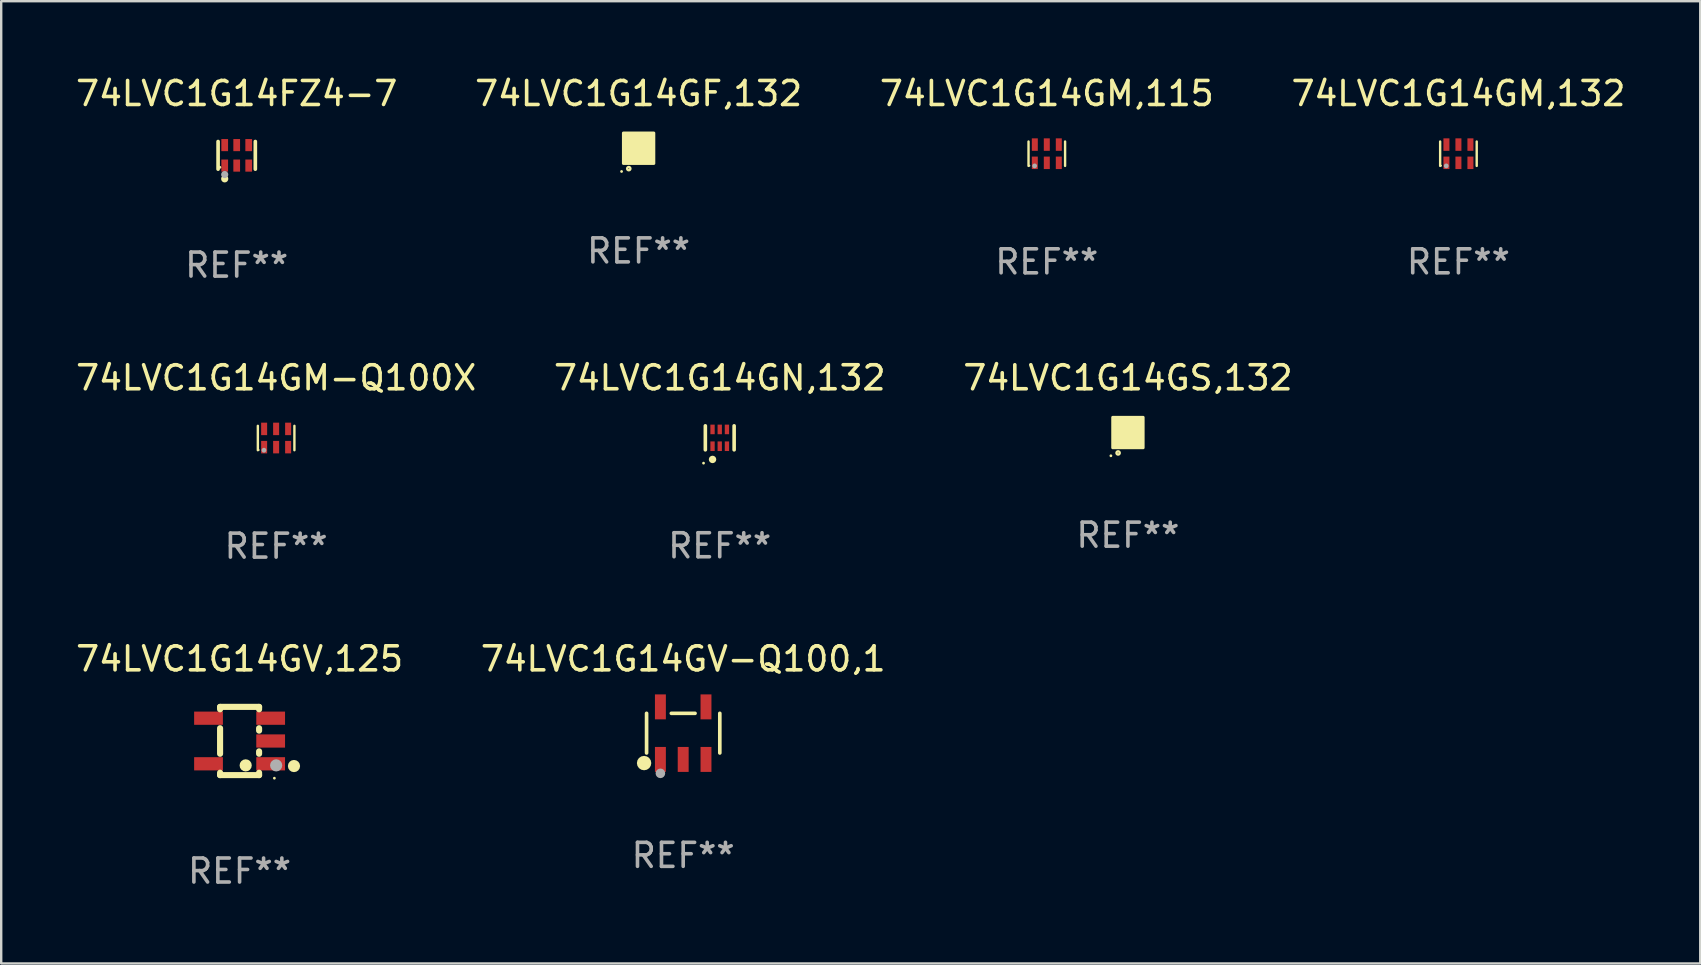
<source format=kicad_pcb>
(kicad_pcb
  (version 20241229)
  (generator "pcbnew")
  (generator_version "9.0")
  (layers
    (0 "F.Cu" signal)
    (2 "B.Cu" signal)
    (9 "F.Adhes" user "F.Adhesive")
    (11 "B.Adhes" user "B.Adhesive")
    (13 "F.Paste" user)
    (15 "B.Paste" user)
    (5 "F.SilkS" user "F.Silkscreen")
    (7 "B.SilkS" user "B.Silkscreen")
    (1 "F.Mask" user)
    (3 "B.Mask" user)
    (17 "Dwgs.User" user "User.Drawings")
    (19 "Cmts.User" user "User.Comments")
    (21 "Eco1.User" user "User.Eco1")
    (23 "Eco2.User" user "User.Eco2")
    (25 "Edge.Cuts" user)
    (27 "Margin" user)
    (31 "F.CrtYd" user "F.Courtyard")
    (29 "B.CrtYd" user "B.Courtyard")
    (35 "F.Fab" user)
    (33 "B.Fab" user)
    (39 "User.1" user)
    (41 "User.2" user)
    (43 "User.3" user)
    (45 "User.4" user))
  (footprint "74LVC1G14GS,132"
    (layer "F.Cu")
    (at 43.958 14.977)
    (property "Reference" "74LVC1G14GS,132" (at 0 -2.28 0) (layer "F.SilkS") (effects (font (size 1 1) (thickness 0.15))))
    (attr through_hole)
    (fp_circle (center -0.71 0.968) (end -0.68 0.968) (stroke (width 0.06) (type solid)) (fill no) (layer "F.SilkS"))
    (fp_circle (center -0.41 0.85) (end -0.342 0.85) (stroke (width 0.1) (type solid)) (fill no) (layer "F.SilkS"))
    (fp_poly (pts (xy -0.635 -0.635) (xy 0.635 -0.635) (xy 0.635 0.635) (xy -0.635 0.635)) (stroke (width 0.12) (type solid)) (fill yes) (layer "F.SilkS"))
    (fp_text user "REF**" (at 0 4.28 0) (layer "F.Fab") (effects (font (size 1 1) (thickness 0.15))))
    (pad "1" smd rect (at -0.35 0.28 90) (size 0.35 0.2) (layers "F.Cu" "F.Mask" "F.Paste"))
    (pad "2" smd rect (at 0 0.28 90) (size 0.35 0.2) (layers "F.Cu" "F.Mask" "F.Paste"))
    (pad "3" smd rect (at 0.35 0.28 90) (size 0.35 0.2) (layers "F.Cu" "F.Mask" "F.Paste"))
    (pad "4" smd rect (at 0.35 -0.28 90) (size 0.35 0.2) (layers "F.Cu" "F.Mask" "F.Paste"))
    (pad "5" smd rect (at 0 -0.28 90) (size 0.35 0.2) (layers "F.Cu" "F.Mask" "F.Paste"))
    (pad "6" smd rect (at -0.35 -0.28 90) (size 0.35 0.2) (layers "F.Cu" "F.Mask" "F.Paste")))
  (footprint "74LVC1G14GM,132"
    (layer "F.Cu")
    (at 57.732 3.356)
    (property "Reference" "74LVC1G14GM,132" (at 0 -2.508 0) (layer "F.SilkS") (effects (font (size 1 1) (thickness 0.15))))
    (attr through_hole)
    (fp_line (start -0.762 -0.508) (end -0.762 0.508) (stroke (width 0.1) (type solid)) (layer "F.SilkS"))
    (fp_line (start 0.762 -0.508) (end 0.762 0.508) (stroke (width 0.1) (type solid)) (layer "F.SilkS"))
    (fp_circle (center -0.725 0.5) (end -0.705 0.5) (stroke (width 0.04) (type solid)) (fill no) (layer "F.SilkS"))
    (fp_circle (center -0.508 0.508) (end -0.458 0.508) (stroke (width 0.1) (type solid)) (fill no) (layer "F.Fab"))
    (fp_text user "REF**" (at 0 4.508 0) (layer "F.Fab") (effects (font (size 1 1) (thickness 0.15))))
    (pad "1" smd rect (at -0.5 0.38) (size 0.25 0.52) (layers "F.Cu" "F.Mask" "F.Paste"))
    (pad "2" smd rect (at -0.000127 0.38) (size 0.25 0.52) (layers "F.Cu" "F.Mask" "F.Paste"))
    (pad "3" smd rect (at 0.5 0.38) (size 0.25 0.52) (layers "F.Cu" "F.Mask" "F.Paste"))
    (pad "4" smd rect (at 0.5 -0.38 180) (size 0.25 0.52) (layers "F.Cu" "F.Mask" "F.Paste"))
    (pad "5" smd rect (at -0.000127 -0.38 180) (size 0.25 0.52) (layers "F.Cu" "F.Mask" "F.Paste"))
    (pad "6" smd rect (at -0.5 -0.38 180) (size 0.25 0.52) (layers "F.Cu" "F.Mask" "F.Paste")))
  (footprint "74LVC1G14GF,132"
    (layer "F.Cu")
    (at 23.565 3.128)
    (property "Reference" "74LVC1G14GF,132" (at 0 -2.28 0) (layer "F.SilkS") (effects (font (size 1 1) (thickness 0.15))))
    (attr through_hole)
    (fp_circle (center -0.71 0.968) (end -0.68 0.968) (stroke (width 0.06) (type solid)) (fill no) (layer "F.SilkS"))
    (fp_circle (center -0.41 0.85) (end -0.342 0.85) (stroke (width 0.1) (type solid)) (fill no) (layer "F.SilkS"))
    (fp_poly (pts (xy -0.635 -0.635) (xy 0.635 -0.635) (xy 0.635 0.635) (xy -0.635 0.635)) (stroke (width 0.12) (type solid)) (fill yes) (layer "F.SilkS"))
    (fp_text user "REF**" (at 0 4.28 0) (layer "F.Fab") (effects (font (size 1 1) (thickness 0.15))))
    (pad "1" smd rect (at -0.35 0.28 90) (size 0.35 0.2) (layers "F.Cu" "F.Mask" "F.Paste"))
    (pad "2" smd rect (at 0 0.28 90) (size 0.35 0.2) (layers "F.Cu" "F.Mask" "F.Paste"))
    (pad "3" smd rect (at 0.35 0.28 90) (size 0.35 0.2) (layers "F.Cu" "F.Mask" "F.Paste"))
    (pad "4" smd rect (at 0.35 -0.28 90) (size 0.35 0.2) (layers "F.Cu" "F.Mask" "F.Paste"))
    (pad "5" smd rect (at 0 -0.28 90) (size 0.35 0.2) (layers "F.Cu" "F.Mask" "F.Paste"))
    (pad "6" smd rect (at -0.35 -0.28 90) (size 0.35 0.2) (layers "F.Cu" "F.Mask" "F.Paste")))
  (footprint "74LVC1G14GV-Q100,1"
    (layer "F.Cu")
    (at 25.423 27.505)
    (property "Reference" "74LVC1G14GV-Q100,1" (at 0 -3.095 0) (layer "F.SilkS") (effects (font (size 1 1) (thickness 0.15))))
    (attr through_hole)
    (fp_line (start -1.526 0.826) (end -1.526 -0.826) (stroke (width 0.152) (type solid)) (layer "F.SilkS"))
    (fp_line (start 0.494 -0.826) (end -0.494 -0.826) (stroke (width 0.152) (type solid)) (layer "F.SilkS"))
    (fp_line (start 1.526 0.826) (end 1.526 -0.826) (stroke (width 0.152) (type solid)) (layer "F.SilkS"))
    (fp_circle (center -1.63 1.247) (end -1.48 1.247) (stroke (width 0.3) (type solid)) (fill no) (layer "F.SilkS"))
    (fp_circle (center -1.45 1.375) (end -1.42 1.375) (stroke (width 0.06) (type solid)) (fill no) (layer "F.SilkS"))
    (fp_circle (center -0.95 1.675) (end -0.85 1.675) (stroke (width 0.2) (type solid)) (fill no) (layer "F.Fab"))
    (fp_text user "REF**" (at 0 5.095 0) (layer "F.Fab") (effects (font (size 1 1) (thickness 0.15))))
    (pad "1" smd rect (at -0.95 1.095) (size 0.455 1.04) (layers "F.Cu" "F.Mask" "F.Paste"))
    (pad "2" smd rect (at 0 1.095) (size 0.455 1.04) (layers "F.Cu" "F.Mask" "F.Paste"))
    (pad "3" smd rect (at 0.95 1.095) (size 0.455 1.04) (layers "F.Cu" "F.Mask" "F.Paste"))
    (pad "4" smd rect (at 0.95 -1.095) (size 0.455 1.04) (layers "F.Cu" "F.Mask" "F.Paste"))
    (pad "5" smd rect (at -0.95 -1.095) (size 0.455 1.04) (layers "F.Cu" "F.Mask" "F.Paste")))
  (footprint "74LVC1G14GN,132"
    (layer "F.Cu")
    (at 26.946 15.197)
    (property "Reference" "74LVC1G14GN,132" (at 0 -2.5 0) (layer "F.SilkS") (effects (font (size 1 1) (thickness 0.15))))
    (attr through_hole)
    (fp_line (start -0.6 -0.5) (end -0.6 0.5) (stroke (width 0.15) (type solid)) (layer "F.SilkS"))
    (fp_line (start 0.6 0.5) (end 0.6 -0.5) (stroke (width 0.15) (type solid)) (layer "F.SilkS"))
    (fp_circle (center -0.675 1.055) (end -0.645 1.055) (stroke (width 0.06) (type solid)) (fill no) (layer "F.SilkS"))
    (fp_circle (center -0.3 0.9) (end -0.22 0.9) (stroke (width 0.15) (type solid)) (fill no) (layer "F.SilkS"))
    (fp_text user "REF**" (at 0 4.5 0) (layer "F.Fab") (effects (font (size 1 1) (thickness 0.15))))
    (pad "1" smd rect (at -0.3 0.35) (size 0.18 0.4) (layers "F.Cu" "F.Mask" "F.Paste"))
    (pad "2" smd rect (at 0.000025 0.35) (size 0.18 0.4) (layers "F.Cu" "F.Mask" "F.Paste"))
    (pad "3" smd rect (at 0.3 0.35) (size 0.18 0.4) (layers "F.Cu" "F.Mask" "F.Paste"))
    (pad "4" smd rect (at 0.3 -0.35) (size 0.18 0.4) (layers "F.Cu" "F.Mask" "F.Paste"))
    (pad "5" smd rect (at 0.000025 -0.35) (size 0.18 0.4) (layers "F.Cu" "F.Mask" "F.Paste"))
    (pad "6" smd rect (at -0.3 -0.35) (size 0.18 0.4) (layers "F.Cu" "F.Mask" "F.Paste")))
  (footprint "74LVC1G14GM,115"
    (layer "F.Cu")
    (at 40.577 3.356)
    (property "Reference" "74LVC1G14GM,115" (at 0 -2.508 0) (layer "F.SilkS") (effects (font (size 1 1) (thickness 0.15))))
    (attr through_hole)
    (fp_line (start -0.762 -0.508) (end -0.762 0.508) (stroke (width 0.1) (type solid)) (layer "F.SilkS"))
    (fp_line (start 0.762 -0.508) (end 0.762 0.508) (stroke (width 0.1) (type solid)) (layer "F.SilkS"))
    (fp_circle (center -0.725 0.5) (end -0.705 0.5) (stroke (width 0.04) (type solid)) (fill no) (layer "F.SilkS"))
    (fp_circle (center -0.508 0.508) (end -0.458 0.508) (stroke (width 0.1) (type solid)) (fill no) (layer "F.Fab"))
    (fp_text user "REF**" (at 0 4.508 0) (layer "F.Fab") (effects (font (size 1 1) (thickness 0.15))))
    (pad "1" smd rect (at -0.5 0.38) (size 0.25 0.52) (layers "F.Cu" "F.Mask" "F.Paste"))
    (pad "2" smd rect (at -0.000127 0.38) (size 0.25 0.52) (layers "F.Cu" "F.Mask" "F.Paste"))
    (pad "3" smd rect (at 0.5 0.38) (size 0.25 0.52) (layers "F.Cu" "F.Mask" "F.Paste"))
    (pad "4" smd rect (at 0.5 -0.38 180) (size 0.25 0.52) (layers "F.Cu" "F.Mask" "F.Paste"))
    (pad "5" smd rect (at -0.000127 -0.38 180) (size 0.25 0.52) (layers "F.Cu" "F.Mask" "F.Paste"))
    (pad "6" smd rect (at -0.5 -0.38 180) (size 0.25 0.52) (layers "F.Cu" "F.Mask" "F.Paste")))
  (footprint "74LVC1G14GV,125"
    (layer "F.Cu")
    (at 6.935 27.832)
    (property "Reference" "74LVC1G14GV,125" (at 0 -3.422 0) (layer "F.SilkS") (effects (font (size 1 1) (thickness 0.15))))
    (attr through_hole)
    (fp_line (start -0.813 -1.422) (end 0.813 -1.422) (stroke (width 0.254) (type solid)) (layer "F.SilkS"))
    (fp_line (start -0.813 -1.321) (end -0.813 -1.422) (stroke (width 0.254) (type solid)) (layer "F.SilkS"))
    (fp_line (start -0.813 0.533) (end -0.813 -0.533) (stroke (width 0.254) (type solid)) (layer "F.SilkS"))
    (fp_line (start -0.813 1.422) (end -0.813 1.321) (stroke (width 0.254) (type solid)) (layer "F.SilkS"))
    (fp_line (start 0.813 -1.422) (end 0.813 -1.321) (stroke (width 0.254) (type solid)) (layer "F.SilkS"))
    (fp_line (start 0.813 -0.533) (end 0.813 -0.432) (stroke (width 0.254) (type solid)) (layer "F.SilkS"))
    (fp_line (start 0.813 0.432) (end 0.813 0.533) (stroke (width 0.254) (type solid)) (layer "F.SilkS"))
    (fp_line (start 0.813 1.321) (end 0.813 1.422) (stroke (width 0.254) (type solid)) (layer "F.SilkS"))
    (fp_line (start 0.813 1.422) (end -0.813 1.422) (stroke (width 0.254) (type solid)) (layer "F.SilkS"))
    (fp_circle (center 0.254 1.016) (end 0.381 1.016) (stroke (width 0.254) (type solid)) (fill no) (layer "F.SilkS"))
    (fp_circle (center 1.45 1.55) (end 1.48 1.55) (stroke (width 0.06) (type solid)) (fill no) (layer "F.SilkS"))
    (fp_circle (center 2.267 1.044) (end 2.394 1.044) (stroke (width 0.254) (type solid)) (fill no) (layer "F.SilkS"))
    (fp_circle (center 1.524 1.016) (end 1.651 1.016) (stroke (width 0.254) (type solid)) (fill no) (layer "F.Fab"))
    (fp_text user "REF**" (at 0 5.422 0) (layer "F.Fab") (effects (font (size 1 1) (thickness 0.15))))
    (pad "1" smd rect (at 1.295 0.95 90) (size 0.551 1.199) (layers "F.Cu" "F.Mask" "F.Paste"))
    (pad "2" smd rect (at 1.295 0 90) (size 0.551 1.199) (layers "F.Cu" "F.Mask" "F.Paste"))
    (pad "3" smd rect (at 1.295 -0.95 90) (size 0.551 1.199) (layers "F.Cu" "F.Mask" "F.Paste"))
    (pad "4" smd rect (at -1.295 -0.95 90) (size 0.551 1.199) (layers "F.Cu" "F.Mask" "F.Paste"))
    (pad "5" smd rect (at -1.295 0.95 90) (size 0.551 1.199) (layers "F.Cu" "F.Mask" "F.Paste")))
  (footprint "74LVC1G14FZ4-7"
    (layer "F.Cu")
    (at 6.815 3.424)
    (property "Reference" "74LVC1G14FZ4-7" (at 0 -2.576 0) (layer "F.SilkS") (effects (font (size 1 1) (thickness 0.15))))
    (attr through_hole)
    (fp_line (start -0.776 0.576) (end -0.776 -0.576) (stroke (width 0.152) (type solid)) (layer "F.SilkS"))
    (fp_line (start 0.776 0.576) (end 0.776 -0.576) (stroke (width 0.152) (type solid)) (layer "F.SilkS"))
    (fp_circle (center -0.7 0.5) (end -0.67 0.5) (stroke (width 0.06) (type solid)) (fill no) (layer "F.SilkS"))
    (fp_circle (center -0.5 0.98) (end -0.425 0.98) (stroke (width 0.15) (type solid)) (fill no) (layer "F.SilkS"))
    (fp_circle (center -0.5 0.8) (end -0.425 0.8) (stroke (width 0.15) (type solid)) (fill no) (layer "F.Fab"))
    (fp_text user "REF**" (at 0 4.576 0) (layer "F.Fab") (effects (font (size 1 1) (thickness 0.15))))
    (pad "1" smd rect (at -0.5 0.427) (size 0.28 0.505) (layers "F.Cu" "F.Mask" "F.Paste"))
    (pad "2" smd rect (at 0 0.427) (size 0.28 0.505) (layers "F.Cu" "F.Mask" "F.Paste"))
    (pad "3" smd rect (at 0.5 0.427) (size 0.28 0.505) (layers "F.Cu" "F.Mask" "F.Paste"))
    (pad "4" smd rect (at 0.5 -0.427) (size 0.28 0.505) (layers "F.Cu" "F.Mask" "F.Paste"))
    (pad "5" smd rect (at 0 -0.427) (size 0.28 0.505) (layers "F.Cu" "F.Mask" "F.Paste"))
    (pad "6" smd rect (at -0.5 -0.427) (size 0.28 0.505) (layers "F.Cu" "F.Mask" "F.Paste")))
  (footprint "74LVC1G14GM-Q100X"
    (layer "F.Cu")
    (at 8.458 15.205)
    (property "Reference" "74LVC1G14GM-Q100X" (at 0 -2.508 0) (layer "F.SilkS") (effects (font (size 1 1) (thickness 0.15))))
    (attr through_hole)
    (fp_line (start -0.762 -0.508) (end -0.762 0.508) (stroke (width 0.1) (type solid)) (layer "F.SilkS"))
    (fp_line (start 0.762 -0.508) (end 0.762 0.508) (stroke (width 0.1) (type solid)) (layer "F.SilkS"))
    (fp_circle (center -0.725 0.5) (end -0.705 0.5) (stroke (width 0.04) (type solid)) (fill no) (layer "F.SilkS"))
    (fp_circle (center -0.508 0.508) (end -0.458 0.508) (stroke (width 0.1) (type solid)) (fill no) (layer "F.Fab"))
    (fp_text user "REF**" (at 0 4.508 0) (layer "F.Fab") (effects (font (size 1 1) (thickness 0.15))))
    (pad "1" smd rect (at -0.5 0.38) (size 0.25 0.52) (layers "F.Cu" "F.Mask" "F.Paste"))
    (pad "2" smd rect (at -0.000127 0.38) (size 0.25 0.52) (layers "F.Cu" "F.Mask" "F.Paste"))
    (pad "3" smd rect (at 0.5 0.38) (size 0.25 0.52) (layers "F.Cu" "F.Mask" "F.Paste"))
    (pad "4" smd rect (at 0.5 -0.38 180) (size 0.25 0.52) (layers "F.Cu" "F.Mask" "F.Paste"))
    (pad "5" smd rect (at -0.000127 -0.38 180) (size 0.25 0.52) (layers "F.Cu" "F.Mask" "F.Paste"))
    (pad "6" smd rect (at -0.5 -0.38 180) (size 0.25 0.52) (layers "F.Cu" "F.Mask" "F.Paste")))
  (gr_rect
    (start -3 -3)
    (end 67.81 37.103)
    (stroke (width 0.1) (type default))
    (fill no)
    (layer "Edge.Cuts")))
</source>
